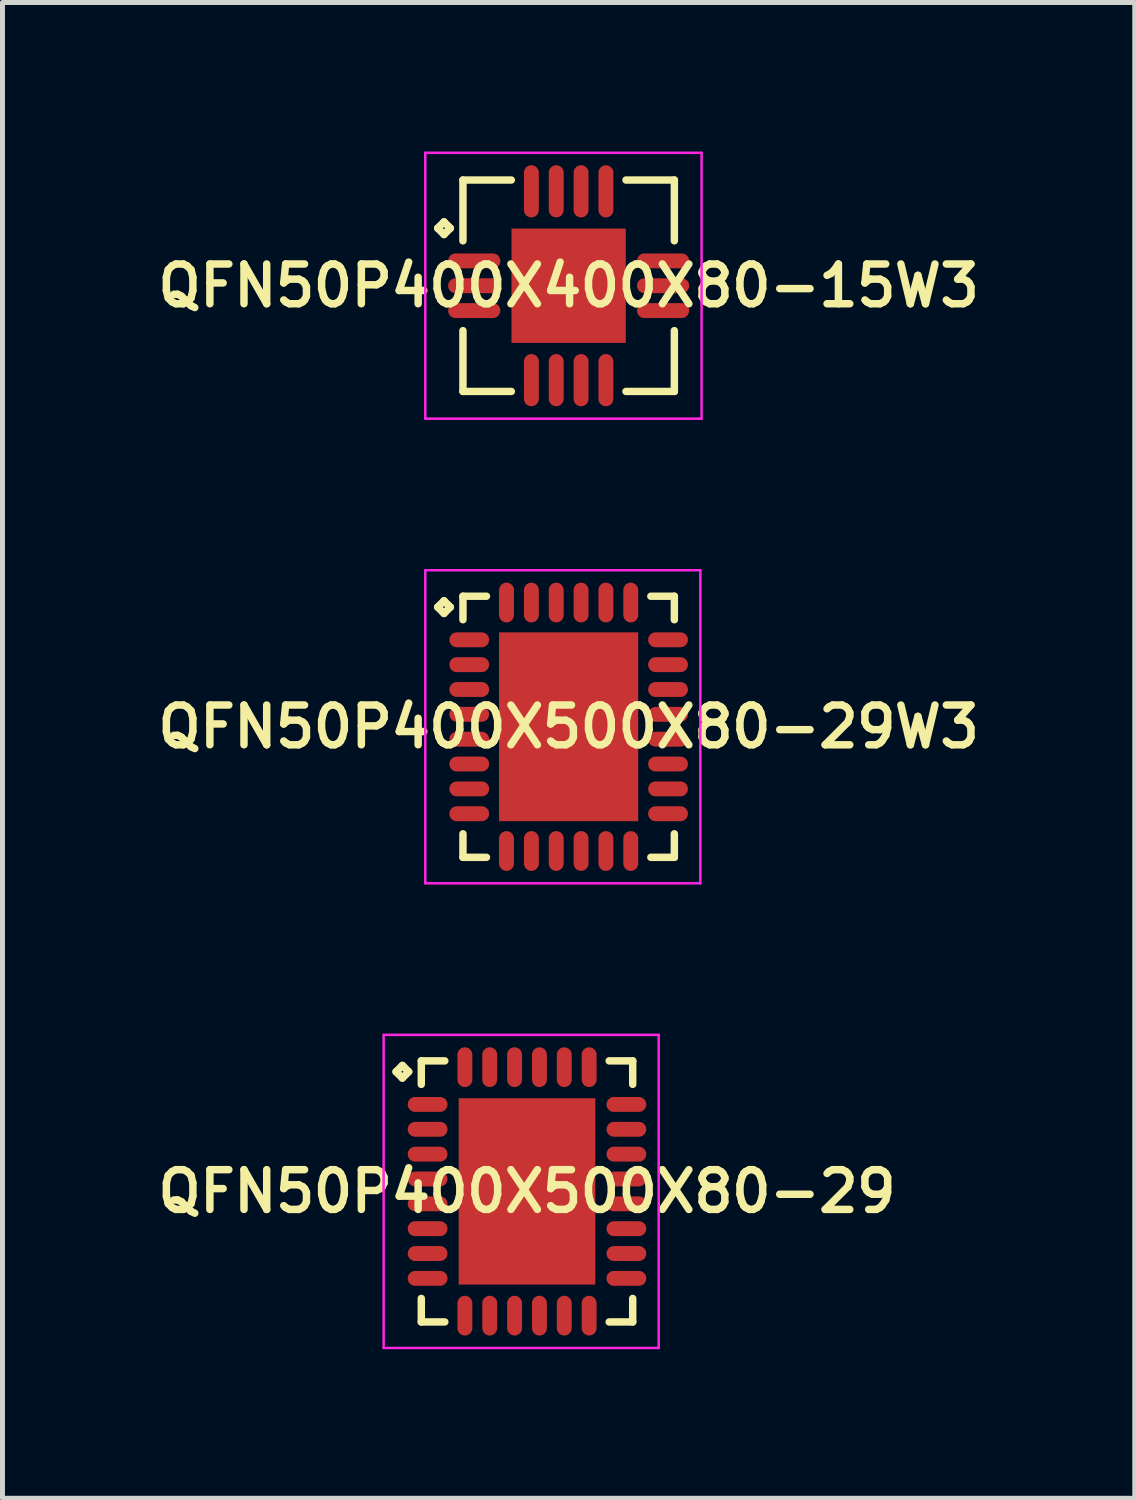
<source format=kicad_pcb>
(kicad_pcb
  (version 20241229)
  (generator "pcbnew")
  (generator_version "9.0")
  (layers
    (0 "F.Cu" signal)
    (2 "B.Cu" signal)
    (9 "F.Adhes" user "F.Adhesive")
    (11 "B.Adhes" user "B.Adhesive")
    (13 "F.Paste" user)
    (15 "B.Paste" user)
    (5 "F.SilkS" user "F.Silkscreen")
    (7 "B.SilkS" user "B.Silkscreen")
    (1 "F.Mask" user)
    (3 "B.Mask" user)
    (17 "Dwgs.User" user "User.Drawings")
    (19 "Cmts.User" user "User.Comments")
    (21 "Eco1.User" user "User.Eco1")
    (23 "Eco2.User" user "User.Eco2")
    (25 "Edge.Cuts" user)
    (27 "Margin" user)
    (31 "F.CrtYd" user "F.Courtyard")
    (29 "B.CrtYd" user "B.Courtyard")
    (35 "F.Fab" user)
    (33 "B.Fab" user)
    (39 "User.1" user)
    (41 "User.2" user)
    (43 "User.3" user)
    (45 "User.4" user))
  (footprint "QFN50P400X500X80-29W3"
    (layer "F.Cu")
    (at 8.393 11.575)
    (property "Reference" "QFN50P400X500X80-29W3" (at 0 0 0) (layer "F.SilkS") (effects (font (size 0.8 0.8) (thickness 0.15))))
    (attr smd)
    (fp_line (start -2.635 -2.408) (end -2.508 -2.535) (stroke (width 0.15) (type solid)) (layer "F.SilkS"))
    (fp_line (start -2.508 -2.535) (end -2.381 -2.408) (stroke (width 0.15) (type solid)) (layer "F.SilkS"))
    (fp_line (start -2.508 -2.281) (end -2.635 -2.408) (stroke (width 0.15) (type solid)) (layer "F.SilkS"))
    (fp_line (start -2.381 -2.408) (end -2.508 -2.281) (stroke (width 0.15) (type solid)) (layer "F.SilkS"))
    (fp_line (start -2.127 -2.627) (end -1.654 -2.627) (stroke (width 0.15) (type solid)) (layer "F.SilkS"))
    (fp_line (start -2.127 -2.154) (end -2.127 -2.627) (stroke (width 0.15) (type solid)) (layer "F.SilkS"))
    (fp_line (start -2.127 2.154) (end -2.127 2.627) (stroke (width 0.15) (type solid)) (layer "F.SilkS"))
    (fp_line (start -2.127 2.627) (end -1.654 2.627) (stroke (width 0.15) (type solid)) (layer "F.SilkS"))
    (fp_line (start 1.654 -2.627) (end 2.127 -2.627) (stroke (width 0.15) (type solid)) (layer "F.SilkS"))
    (fp_line (start 1.654 2.627) (end 2.127 2.627) (stroke (width 0.15) (type solid)) (layer "F.SilkS"))
    (fp_line (start 2.127 -2.627) (end 2.127 -2.154) (stroke (width 0.15) (type solid)) (layer "F.SilkS"))
    (fp_line (start 2.127 2.627) (end 2.127 2.154) (stroke (width 0.15) (type solid)) (layer "F.SilkS"))
    (fp_line (start -2.885 -3.15) (end 2.65 -3.15) (stroke (width 0.05) (type solid)) (layer "F.CrtYd"))
    (fp_line (start -2.885 3.15) (end -2.885 -3.15) (stroke (width 0.05) (type solid)) (layer "F.CrtYd"))
    (fp_line (start 2.65 -3.15) (end 2.65 3.15) (stroke (width 0.05) (type solid)) (layer "F.CrtYd"))
    (fp_line (start 2.65 3.15) (end -2.885 3.15) (stroke (width 0.05) (type solid)) (layer "F.CrtYd"))
    (pad "1" smd oval (at -2 -1.75) (size 0.8 0.3) (layers "F.Cu" "F.Mask" "F.Paste"))
    (pad "2" smd oval (at -2 -1.25) (size 0.8 0.3) (layers "F.Cu" "F.Mask" "F.Paste"))
    (pad "3" smd oval (at -2 -0.75) (size 0.8 0.3) (layers "F.Cu" "F.Mask" "F.Paste"))
    (pad "4" smd oval (at -2 -0.25) (size 0.8 0.3) (layers "F.Cu" "F.Mask" "F.Paste"))
    (pad "5" smd oval (at -2 0.25) (size 0.8 0.3) (layers "F.Cu" "F.Mask" "F.Paste"))
    (pad "6" smd oval (at -2 0.75) (size 0.8 0.3) (layers "F.Cu" "F.Mask" "F.Paste"))
    (pad "7" smd oval (at -2 1.25) (size 0.8 0.3) (layers "F.Cu" "F.Mask" "F.Paste"))
    (pad "8" smd oval (at -2 1.75) (size 0.8 0.3) (layers "F.Cu" "F.Mask" "F.Paste"))
    (pad "9" smd oval (at -1.25 2.5) (size 0.3 0.8) (layers "F.Cu" "F.Mask" "F.Paste"))
    (pad "10" smd oval (at -0.75 2.5) (size 0.3 0.8) (layers "F.Cu" "F.Mask" "F.Paste"))
    (pad "11" smd oval (at -0.25 2.5) (size 0.3 0.8) (layers "F.Cu" "F.Mask" "F.Paste"))
    (pad "12" smd oval (at 0.25 2.5) (size 0.3 0.8) (layers "F.Cu" "F.Mask" "F.Paste"))
    (pad "13" smd oval (at 0.75 2.5) (size 0.3 0.8) (layers "F.Cu" "F.Mask" "F.Paste"))
    (pad "14" smd oval (at 1.25 2.5) (size 0.3 0.8) (layers "F.Cu" "F.Mask" "F.Paste"))
    (pad "15" smd oval (at 2 1.75) (size 0.8 0.3) (layers "F.Cu" "F.Mask" "F.Paste"))
    (pad "16" smd oval (at 2 1.25) (size 0.8 0.3) (layers "F.Cu" "F.Mask" "F.Paste"))
    (pad "17" smd oval (at 2 0.75) (size 0.8 0.3) (layers "F.Cu" "F.Mask" "F.Paste"))
    (pad "18" smd oval (at 2 0.25) (size 0.8 0.3) (layers "F.Cu" "F.Mask" "F.Paste"))
    (pad "19" smd oval (at 2 -0.25) (size 0.8 0.3) (layers "F.Cu" "F.Mask" "F.Paste"))
    (pad "20" smd oval (at 2 -0.75) (size 0.8 0.3) (layers "F.Cu" "F.Mask" "F.Paste"))
    (pad "21" smd oval (at 2 -1.25) (size 0.8 0.3) (layers "F.Cu" "F.Mask" "F.Paste"))
    (pad "22" smd oval (at 2 -1.75) (size 0.8 0.3) (layers "F.Cu" "F.Mask" "F.Paste"))
    (pad "23" smd oval (at 1.25 -2.5) (size 0.3 0.8) (layers "F.Cu" "F.Mask" "F.Paste"))
    (pad "24" smd oval (at 0.75 -2.5) (size 0.3 0.8) (layers "F.Cu" "F.Mask" "F.Paste"))
    (pad "25" smd oval (at 0.25 -2.5) (size 0.3 0.8) (layers "F.Cu" "F.Mask" "F.Paste"))
    (pad "26" smd oval (at -0.25 -2.5) (size 0.3 0.8) (layers "F.Cu" "F.Mask" "F.Paste"))
    (pad "27" smd oval (at -0.75 -2.5) (size 0.3 0.8) (layers "F.Cu" "F.Mask" "F.Paste"))
    (pad "28" smd oval (at -1.25 -2.5) (size 0.3 0.8) (layers "F.Cu" "F.Mask" "F.Paste"))
    (pad "29" smd rect (at 0 0) (size 2.8 3.8) (layers "F.Cu" "F.Mask" "F.Paste")))
  (footprint "QFN50P400X400X80-15W3"
    (layer "F.Cu")
    (at 8.393 2.7)
    (property "Reference" "QFN50P400X400X80-15W3" (at 0 0 0) (layer "F.SilkS") (effects (font (size 0.8 0.8) (thickness 0.15))))
    (attr smd)
    (fp_line (start -2.635 -1.158) (end -2.508 -1.285) (stroke (width 0.15) (type solid)) (layer "F.SilkS"))
    (fp_line (start -2.508 -1.285) (end -2.381 -1.158) (stroke (width 0.15) (type solid)) (layer "F.SilkS"))
    (fp_line (start -2.508 -1.031) (end -2.635 -1.158) (stroke (width 0.15) (type solid)) (layer "F.SilkS"))
    (fp_line (start -2.381 -1.158) (end -2.508 -1.031) (stroke (width 0.15) (type solid)) (layer "F.SilkS"))
    (fp_line (start -2.127 -2.127) (end -1.154 -2.127) (stroke (width 0.15) (type solid)) (layer "F.SilkS"))
    (fp_line (start -2.127 -0.904) (end -2.127 -2.127) (stroke (width 0.15) (type solid)) (layer "F.SilkS"))
    (fp_line (start -2.127 0.904) (end -2.127 2.127) (stroke (width 0.15) (type solid)) (layer "F.SilkS"))
    (fp_line (start -2.127 2.127) (end -1.154 2.127) (stroke (width 0.15) (type solid)) (layer "F.SilkS"))
    (fp_line (start 1.154 -2.127) (end 2.127 -2.127) (stroke (width 0.15) (type solid)) (layer "F.SilkS"))
    (fp_line (start 1.154 2.127) (end 2.127 2.127) (stroke (width 0.15) (type solid)) (layer "F.SilkS"))
    (fp_line (start 2.127 -2.127) (end 2.127 -0.904) (stroke (width 0.15) (type solid)) (layer "F.SilkS"))
    (fp_line (start 2.127 2.127) (end 2.127 0.904) (stroke (width 0.15) (type solid)) (layer "F.SilkS"))
    (fp_line (start -2.885 -2.675) (end 2.675 -2.675) (stroke (width 0.05) (type solid)) (layer "F.CrtYd"))
    (fp_line (start -2.885 2.675) (end -2.885 -2.675) (stroke (width 0.05) (type solid)) (layer "F.CrtYd"))
    (fp_line (start 2.675 -2.675) (end 2.675 2.675) (stroke (width 0.05) (type solid)) (layer "F.CrtYd"))
    (fp_line (start 2.675 2.675) (end -2.885 2.675) (stroke (width 0.05) (type solid)) (layer "F.CrtYd"))
    (pad "1" smd oval (at -1.9 -0.5) (size 1.05 0.3) (layers "F.Cu" "F.Mask" "F.Paste"))
    (pad "2" smd oval (at -1.9 0) (size 1.05 0.3) (layers "F.Cu" "F.Mask" "F.Paste"))
    (pad "3" smd oval (at -1.9 0.5) (size 1.05 0.3) (layers "F.Cu" "F.Mask" "F.Paste"))
    (pad "4" smd oval (at -0.75 1.9) (size 0.3 1.05) (layers "F.Cu" "F.Mask" "F.Paste"))
    (pad "5" smd oval (at -0.25 1.9) (size 0.3 1.05) (layers "F.Cu" "F.Mask" "F.Paste"))
    (pad "6" smd oval (at 0.25 1.9) (size 0.3 1.05) (layers "F.Cu" "F.Mask" "F.Paste"))
    (pad "7" smd oval (at 0.75 1.9) (size 0.3 1.05) (layers "F.Cu" "F.Mask" "F.Paste"))
    (pad "8" smd oval (at 1.9 0.5) (size 1.05 0.3) (layers "F.Cu" "F.Mask" "F.Paste"))
    (pad "9" smd oval (at 1.9 0) (size 1.05 0.3) (layers "F.Cu" "F.Mask" "F.Paste"))
    (pad "10" smd oval (at 1.9 -0.5) (size 1.05 0.3) (layers "F.Cu" "F.Mask" "F.Paste"))
    (pad "11" smd oval (at 0.75 -1.9) (size 0.3 1.05) (layers "F.Cu" "F.Mask" "F.Paste"))
    (pad "12" smd oval (at 0.25 -1.9) (size 0.3 1.05) (layers "F.Cu" "F.Mask" "F.Paste"))
    (pad "13" smd oval (at -0.25 -1.9) (size 0.3 1.05) (layers "F.Cu" "F.Mask" "F.Paste"))
    (pad "14" smd oval (at -0.75 -1.9) (size 0.3 1.05) (layers "F.Cu" "F.Mask" "F.Paste"))
    (pad "15" smd rect (at 0 0) (size 2.3 2.3) (layers "F.Cu" "F.Mask" "F.Paste")))
  (footprint "QFN50P400X500X80-29"
    (layer "F.Cu")
    (at 7.555 20.925)
    (property "Reference" "QFN50P400X500X80-29" (at 0 0 0) (layer "F.SilkS") (effects (font (size 0.8 0.8) (thickness 0.15))))
    (attr smd)
    (fp_line (start -2.635 -2.408) (end -2.508 -2.535) (stroke (width 0.15) (type solid)) (layer "F.SilkS"))
    (fp_line (start -2.508 -2.535) (end -2.381 -2.408) (stroke (width 0.15) (type solid)) (layer "F.SilkS"))
    (fp_line (start -2.508 -2.281) (end -2.635 -2.408) (stroke (width 0.15) (type solid)) (layer "F.SilkS"))
    (fp_line (start -2.381 -2.408) (end -2.508 -2.281) (stroke (width 0.15) (type solid)) (layer "F.SilkS"))
    (fp_line (start -2.127 -2.627) (end -1.654 -2.627) (stroke (width 0.15) (type solid)) (layer "F.SilkS"))
    (fp_line (start -2.127 -2.154) (end -2.127 -2.627) (stroke (width 0.15) (type solid)) (layer "F.SilkS"))
    (fp_line (start -2.127 2.154) (end -2.127 2.627) (stroke (width 0.15) (type solid)) (layer "F.SilkS"))
    (fp_line (start -2.127 2.627) (end -1.654 2.627) (stroke (width 0.15) (type solid)) (layer "F.SilkS"))
    (fp_line (start 1.654 -2.627) (end 2.127 -2.627) (stroke (width 0.15) (type solid)) (layer "F.SilkS"))
    (fp_line (start 1.654 2.627) (end 2.127 2.627) (stroke (width 0.15) (type solid)) (layer "F.SilkS"))
    (fp_line (start 2.127 -2.627) (end 2.127 -2.154) (stroke (width 0.15) (type solid)) (layer "F.SilkS"))
    (fp_line (start 2.127 2.627) (end 2.127 2.154) (stroke (width 0.15) (type solid)) (layer "F.SilkS"))
    (fp_line (start -2.885 -3.15) (end 2.65 -3.15) (stroke (width 0.05) (type solid)) (layer "F.CrtYd"))
    (fp_line (start -2.885 3.15) (end -2.885 -3.15) (stroke (width 0.05) (type solid)) (layer "F.CrtYd"))
    (fp_line (start 2.65 -3.15) (end 2.65 3.15) (stroke (width 0.05) (type solid)) (layer "F.CrtYd"))
    (fp_line (start 2.65 3.15) (end -2.885 3.15) (stroke (width 0.05) (type solid)) (layer "F.CrtYd"))
    (pad "1" smd oval (at -2 -1.75) (size 0.8 0.3) (layers "F.Cu" "F.Mask" "F.Paste"))
    (pad "2" smd oval (at -2 -1.25) (size 0.8 0.3) (layers "F.Cu" "F.Mask" "F.Paste"))
    (pad "3" smd oval (at -2 -0.75) (size 0.8 0.3) (layers "F.Cu" "F.Mask" "F.Paste"))
    (pad "4" smd oval (at -2 -0.25) (size 0.8 0.3) (layers "F.Cu" "F.Mask" "F.Paste"))
    (pad "5" smd oval (at -2 0.25) (size 0.8 0.3) (layers "F.Cu" "F.Mask" "F.Paste"))
    (pad "6" smd oval (at -2 0.75) (size 0.8 0.3) (layers "F.Cu" "F.Mask" "F.Paste"))
    (pad "7" smd oval (at -2 1.25) (size 0.8 0.3) (layers "F.Cu" "F.Mask" "F.Paste"))
    (pad "8" smd oval (at -2 1.75) (size 0.8 0.3) (layers "F.Cu" "F.Mask" "F.Paste"))
    (pad "9" smd oval (at -1.25 2.5) (size 0.3 0.8) (layers "F.Cu" "F.Mask" "F.Paste"))
    (pad "10" smd oval (at -0.75 2.5) (size 0.3 0.8) (layers "F.Cu" "F.Mask" "F.Paste"))
    (pad "11" smd oval (at -0.25 2.5) (size 0.3 0.8) (layers "F.Cu" "F.Mask" "F.Paste"))
    (pad "12" smd oval (at 0.25 2.5) (size 0.3 0.8) (layers "F.Cu" "F.Mask" "F.Paste"))
    (pad "13" smd oval (at 0.75 2.5) (size 0.3 0.8) (layers "F.Cu" "F.Mask" "F.Paste"))
    (pad "14" smd oval (at 1.25 2.5) (size 0.3 0.8) (layers "F.Cu" "F.Mask" "F.Paste"))
    (pad "15" smd oval (at 2 1.75) (size 0.8 0.3) (layers "F.Cu" "F.Mask" "F.Paste"))
    (pad "16" smd oval (at 2 1.25) (size 0.8 0.3) (layers "F.Cu" "F.Mask" "F.Paste"))
    (pad "17" smd oval (at 2 0.75) (size 0.8 0.3) (layers "F.Cu" "F.Mask" "F.Paste"))
    (pad "18" smd oval (at 2 0.25) (size 0.8 0.3) (layers "F.Cu" "F.Mask" "F.Paste"))
    (pad "19" smd oval (at 2 -0.25) (size 0.8 0.3) (layers "F.Cu" "F.Mask" "F.Paste"))
    (pad "20" smd oval (at 2 -0.75) (size 0.8 0.3) (layers "F.Cu" "F.Mask" "F.Paste"))
    (pad "21" smd oval (at 2 -1.25) (size 0.8 0.3) (layers "F.Cu" "F.Mask" "F.Paste"))
    (pad "22" smd oval (at 2 -1.75) (size 0.8 0.3) (layers "F.Cu" "F.Mask" "F.Paste"))
    (pad "23" smd oval (at 1.25 -2.5) (size 0.3 0.8) (layers "F.Cu" "F.Mask" "F.Paste"))
    (pad "24" smd oval (at 0.75 -2.5) (size 0.3 0.8) (layers "F.Cu" "F.Mask" "F.Paste"))
    (pad "25" smd oval (at 0.25 -2.5) (size 0.3 0.8) (layers "F.Cu" "F.Mask" "F.Paste"))
    (pad "26" smd oval (at -0.25 -2.5) (size 0.3 0.8) (layers "F.Cu" "F.Mask" "F.Paste"))
    (pad "27" smd oval (at -0.75 -2.5) (size 0.3 0.8) (layers "F.Cu" "F.Mask" "F.Paste"))
    (pad "28" smd oval (at -1.25 -2.5) (size 0.3 0.8) (layers "F.Cu" "F.Mask" "F.Paste"))
    (pad "29" smd rect (at 0 0) (size 2.75 3.75) (layers "F.Cu" "F.Mask" "F.Paste")))
  (gr_rect
    (start -3 -3)
    (end 19.785 27.1)
    (stroke (width 0.1) (type default))
    (fill no)
    (layer "Edge.Cuts")))
</source>
